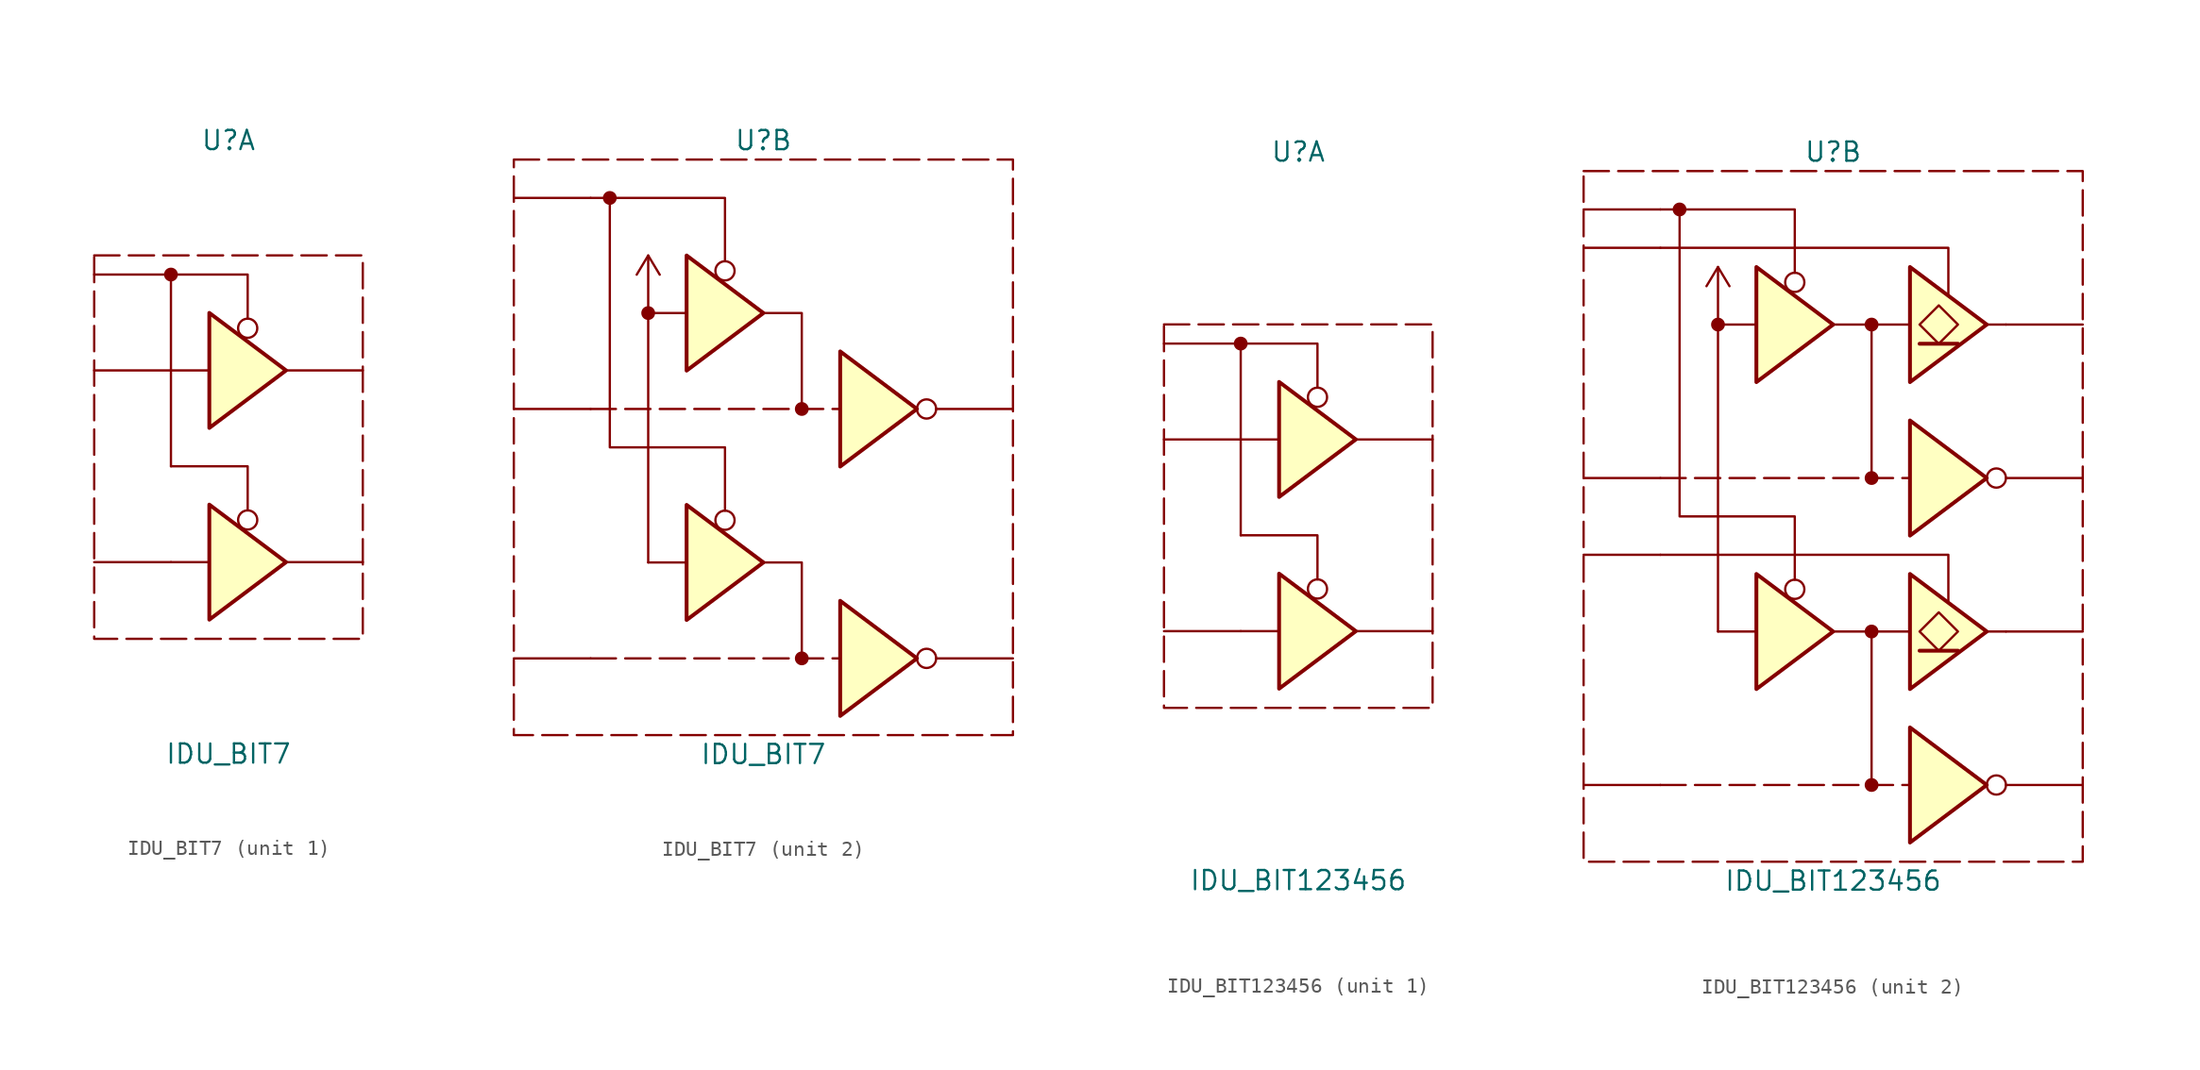
<source format=kicad_sym>
(kicad_symbol_lib
  (version 20231120)
  (generator "kicad_symbol_editor")
  (generator_version "8.0")
  (symbol "IDU_BIT7"
    (pin_numbers hide)
    (pin_names
      (offset 0) hide)
    (property "Reference" "U"
      (at 0 20.32 0)
      (effects (font (size 1.27 1.27))))
    (property "Value" "IDU_BIT7"
      (at 0 -20.32 0)
      (effects (font (size 1.27 1.27))))
    (property "ki_locked" ""
      (at 0 0 0)
      (effects (font (size 1.27 1.27))))
    (symbol "IDU_BIT7_1_0"
      (polyline (pts (xy -1.27 -3.81) (xy -1.27 -11.43) (xy 3.81 -7.62) (xy -1.27 -3.81)) (stroke (width 0.254) (type default)) (fill (type background)))
      (polyline (pts (xy -1.27 8.89) (xy -1.27 1.27) (xy 3.81 5.08) (xy -1.27 8.89)) (stroke (width 0.254) (type default)) (fill (type background))))
    (symbol "IDU_BIT7_1_1"
      (rectangle (start -8.89 12.7) (end 8.89 -12.7) (stroke (width 0) (type dash)) (fill (type none)))
      (circle (center -3.81 11.43) (radius 0.381) (stroke (width 0) (type default)) (fill (type outline)))
      (polyline (pts (xy -3.81 -1.27) (xy -3.81 11.43)) (stroke (width 0) (type default)) (fill (type none)))
      (polyline (pts (xy -1.27 -7.62) (xy -3.81 -7.62)) (stroke (width 0) (type default)) (fill (type none)))
      (polyline (pts (xy -1.27 5.08) (xy -3.81 5.08)) (stroke (width 0) (type default)) (fill (type none)))
      (polyline (pts (xy 1.27 -4.191) (xy 1.27 -1.27) (xy -3.81 -1.27)) (stroke (width 0) (type default)) (fill (type none)))
      (polyline (pts (xy 1.27 8.509) (xy 1.27 11.43) (xy -3.81 11.43)) (stroke (width 0) (type default)) (fill (type none)))
      (circle (center 1.27 -4.826) (radius 0.635) (stroke (width 0) (type default)) (fill (type none)))
      (circle (center 1.27 7.874) (radius 0.635) (stroke (width 0) (type default)) (fill (type none)))
      (pin input line (at -8.89 5.08 0) (length 5.08) (name "BUF_A_IN" (effects (font (size 1.27 1.27)))) (number "" (effects (font (size 1.27 1.27)))))
      (pin tri_state line (at 8.89 5.08 180) (length 5.08) (name "BUF_A_Y" (effects (font (size 1.27 1.27)))) (number "" (effects (font (size 1.27 1.27)))))
      (pin input line (at -8.89 -7.62 0) (length 5.08) (name "BUF_B_IN" (effects (font (size 1.27 1.27)))) (number "" (effects (font (size 1.27 1.27)))))
      (pin tri_state line (at 8.89 -7.62 180) (length 5.08) (name "BUF_B_Y" (effects (font (size 1.27 1.27)))) (number "" (effects (font (size 1.27 1.27)))))
      (pin input line (at -8.89 11.43 0) (length 5.08) (name "BUF_~{ENA}" (effects (font (size 1.27 1.27)))) (number "" (effects (font (size 1.27 1.27))))))
    (symbol "IDU_BIT7_2_0"
      (polyline (pts (xy -5.08 -3.81) (xy -5.08 -11.43) (xy 0 -7.62) (xy -5.08 -3.81)) (stroke (width 0.254) (type default)) (fill (type background)))
      (polyline (pts (xy -5.08 12.7) (xy -5.08 5.08) (xy 0 8.89) (xy -5.08 12.7)) (stroke (width 0.254) (type default)) (fill (type background)))
      (polyline (pts (xy 5.08 -10.16) (xy 5.08 -17.78) (xy 10.16 -13.97) (xy 5.08 -10.16)) (stroke (width 0.254) (type default)) (fill (type background)))
      (polyline (pts (xy 5.08 6.35) (xy 5.08 -1.27) (xy 10.16 2.54) (xy 5.08 6.35)) (stroke (width 0.254) (type default)) (fill (type background))))
    (symbol "IDU_BIT7_2_1"
      (rectangle (start -16.51 19.05) (end 16.51 -19.05) (stroke (width 0) (type dash)) (fill (type none)))
      (circle (center -10.16 16.51) (radius 0.381) (stroke (width 0) (type default)) (fill (type outline)))
      (circle (center -7.62 8.89) (radius 0.381) (stroke (width 0) (type default)) (fill (type outline)))
      (circle (center -2.54 -4.826) (radius 0.635) (stroke (width 0) (type default)) (fill (type none)))
      (circle (center -2.54 11.684) (radius 0.635) (stroke (width 0) (type default)) (fill (type none)))
      (polyline (pts (xy -11.43 -13.97) (xy 5.08 -13.97)) (stroke (width 0) (type default)) (fill (type none)))
      (polyline (pts (xy -11.43 2.54) (xy 5.08 2.54)) (stroke (width 0) (type default)) (fill (type none)))
      (polyline (pts (xy -7.62 -7.62) (xy -7.62 8.89)) (stroke (width 0) (type default)) (fill (type none)))
      (polyline (pts (xy -7.62 8.89) (xy -7.62 12.7)) (stroke (width 0) (type default)) (fill (type none)))
      (polyline (pts (xy -5.08 -7.62) (xy -7.62 -7.62)) (stroke (width 0) (type default)) (fill (type none)))
      (polyline (pts (xy -5.08 8.89) (xy -7.62 8.89)) (stroke (width 0) (type default)) (fill (type none)))
      (polyline (pts (xy -8.382 11.43) (xy -7.62 12.7) (xy -6.858 11.43)) (stroke (width 0) (type default)) (fill (type none)))
      (polyline (pts (xy -2.54 12.319) (xy -2.54 16.51) (xy -11.43 16.51)) (stroke (width 0) (type default)) (fill (type none)))
      (polyline (pts (xy 2.54 -13.97) (xy 2.54 -7.62) (xy 0 -7.62)) (stroke (width 0) (type default)) (fill (type none)))
      (polyline (pts (xy 2.54 2.54) (xy 2.54 8.89) (xy 0 8.89)) (stroke (width 0) (type default)) (fill (type none)))
      (polyline (pts (xy -2.54 -4.191) (xy -2.54 0) (xy -10.16 0) (xy -10.16 16.51)) (stroke (width 0) (type default)) (fill (type none)))
      (circle (center 2.54 -13.97) (radius 0.381) (stroke (width 0) (type default)) (fill (type outline)))
      (circle (center 2.54 2.54) (radius 0.381) (stroke (width 0) (type default)) (fill (type outline)))
      (circle (center 10.795 -13.97) (radius 0.635) (stroke (width 0) (type default)) (fill (type none)))
      (circle (center 10.795 2.54) (radius 0.635) (stroke (width 0) (type default)) (fill (type none)))
      (pin bidirectional line (at -16.51 2.54 0) (length 5.08) (name "NOT_A_IN" (effects (font (size 1.27 1.27)))) (number "" (effects (font (size 1.27 1.27)))))
      (pin output line (at 16.51 2.54 180) (length 5.08) (name "NOT_A_Y" (effects (font (size 1.27 1.27)))) (number "" (effects (font (size 1.27 1.27)))))
      (pin bidirectional line (at -16.51 -13.97 0) (length 5.08) (name "NOT_B_IN" (effects (font (size 1.27 1.27)))) (number "" (effects (font (size 1.27 1.27)))))
      (pin output line (at 16.51 -13.97 180) (length 5.08) (name "NOT_B_Y" (effects (font (size 1.27 1.27)))) (number "" (effects (font (size 1.27 1.27)))))
      (pin input line (at -16.51 16.51 0) (length 5.08) (name "~{PCH}" (effects (font (size 1.27 1.27)))) (number "" (effects (font (size 1.27 1.27)))))))
  (symbol "IDU_BIT123456"
    (pin_numbers hide)
    (pin_names
      (offset 0) hide)
    (property "Reference" "U"
      (at 0 24.13 0)
      (effects (font (size 1.27 1.27))))
    (property "Value" "IDU_BIT123456"
      (at 0 -24.13 0)
      (effects (font (size 1.27 1.27))))
    (property "ki_locked" ""
      (at 0 0 0)
      (effects (font (size 1.27 1.27))))
    (symbol "IDU_BIT123456_1_0"
      (polyline (pts (xy -1.27 -3.81) (xy -1.27 -11.43) (xy 3.81 -7.62) (xy -1.27 -3.81)) (stroke (width 0.254) (type default)) (fill (type background)))
      (polyline (pts (xy -1.27 8.89) (xy -1.27 1.27) (xy 3.81 5.08) (xy -1.27 8.89)) (stroke (width 0.254) (type default)) (fill (type background))))
    (symbol "IDU_BIT123456_1_1"
      (rectangle (start -8.89 12.7) (end 8.89 -12.7) (stroke (width 0) (type dash)) (fill (type none)))
      (circle (center -3.81 11.43) (radius 0.381) (stroke (width 0) (type default)) (fill (type outline)))
      (polyline (pts (xy -3.81 -1.27) (xy -3.81 11.43)) (stroke (width 0) (type default)) (fill (type none)))
      (polyline (pts (xy -1.27 -7.62) (xy -3.81 -7.62)) (stroke (width 0) (type default)) (fill (type none)))
      (polyline (pts (xy -1.27 5.08) (xy -3.81 5.08)) (stroke (width 0) (type default)) (fill (type none)))
      (polyline (pts (xy 1.27 -4.191) (xy 1.27 -1.27) (xy -3.81 -1.27)) (stroke (width 0) (type default)) (fill (type none)))
      (polyline (pts (xy 1.27 8.509) (xy 1.27 11.43) (xy -3.81 11.43)) (stroke (width 0) (type default)) (fill (type none)))
      (circle (center 1.27 -4.826) (radius 0.635) (stroke (width 0) (type default)) (fill (type none)))
      (circle (center 1.27 7.874) (radius 0.635) (stroke (width 0) (type default)) (fill (type none)))
      (pin input line (at -8.89 5.08 0) (length 5.08) (name "BUF_A_IN" (effects (font (size 1.27 1.27)))) (number "" (effects (font (size 1.27 1.27)))))
      (pin tri_state line (at 8.89 5.08 180) (length 5.08) (name "BUF_A_Y" (effects (font (size 1.27 1.27)))) (number "" (effects (font (size 1.27 1.27)))))
      (pin input line (at -8.89 -7.62 0) (length 5.08) (name "BUF_B_IN" (effects (font (size 1.27 1.27)))) (number "" (effects (font (size 1.27 1.27)))))
      (pin tri_state line (at 8.89 -7.62 180) (length 5.08) (name "BUF_B_Y" (effects (font (size 1.27 1.27)))) (number "" (effects (font (size 1.27 1.27)))))
      (pin input line (at -8.89 11.43 0) (length 5.08) (name "BUF_~{ENA}" (effects (font (size 1.27 1.27)))) (number "" (effects (font (size 1.27 1.27))))))
    (symbol "IDU_BIT123456_2_0"
      (polyline (pts (xy -5.08 -3.81) (xy -5.08 -11.43) (xy 0 -7.62) (xy -5.08 -3.81)) (stroke (width 0.254) (type default)) (fill (type background)))
      (polyline (pts (xy -5.08 16.51) (xy -5.08 8.89) (xy 0 12.7) (xy -5.08 16.51)) (stroke (width 0.254) (type default)) (fill (type background)))
      (polyline (pts (xy 5.08 -13.97) (xy 5.08 -21.59) (xy 10.16 -17.78) (xy 5.08 -13.97)) (stroke (width 0.254) (type default)) (fill (type background)))
      (polyline (pts (xy 5.08 -3.81) (xy 5.08 -11.43) (xy 10.16 -7.62) (xy 5.08 -3.81)) (stroke (width 0.254) (type default)) (fill (type background)))
      (polyline (pts (xy 5.08 6.35) (xy 5.08 -1.27) (xy 10.16 2.54) (xy 5.08 6.35)) (stroke (width 0.254) (type default)) (fill (type background)))
      (polyline (pts (xy 5.08 16.51) (xy 5.08 8.89) (xy 10.16 12.7) (xy 5.08 16.51)) (stroke (width 0.254) (type default)) (fill (type background))))
    (symbol "IDU_BIT123456_2_1"
      (rectangle (start -16.51 22.86) (end 16.51 -22.86) (stroke (width 0) (type dash)) (fill (type none)))
      (circle (center -10.16 20.32) (radius 0.381) (stroke (width 0) (type default)) (fill (type outline)))
      (circle (center -7.62 12.7) (radius 0.381) (stroke (width 0) (type default)) (fill (type outline)))
      (circle (center -2.54 -4.826) (radius 0.635) (stroke (width 0) (type default)) (fill (type none)))
      (circle (center -2.54 15.494) (radius 0.635) (stroke (width 0) (type default)) (fill (type none)))
      (polyline (pts (xy -11.43 -17.78) (xy 5.08 -17.78)) (stroke (width 0) (type default)) (fill (type none)))
      (polyline (pts (xy -11.43 2.54) (xy 5.08 2.54)) (stroke (width 0) (type default)) (fill (type none)))
      (polyline (pts (xy -7.62 -7.62) (xy -7.62 12.7)) (stroke (width 0) (type default)) (fill (type none)))
      (polyline (pts (xy -7.62 12.7) (xy -7.62 16.51)) (stroke (width 0) (type default)) (fill (type none)))
      (polyline (pts (xy -5.08 -7.62) (xy -7.62 -7.62)) (stroke (width 0) (type default)) (fill (type none)))
      (polyline (pts (xy -5.08 12.7) (xy -7.62 12.7)) (stroke (width 0) (type default)) (fill (type none)))
      (polyline (pts (xy 0 -7.62) (xy 5.08 -7.62)) (stroke (width 0) (type default)) (fill (type none)))
      (polyline (pts (xy 0 12.7) (xy 5.08 12.7)) (stroke (width 0) (type default)) (fill (type none)))
      (polyline (pts (xy 2.54 -17.78) (xy 2.54 -7.62)) (stroke (width 0) (type default)) (fill (type none)))
      (polyline (pts (xy 2.54 2.54) (xy 2.54 12.7)) (stroke (width 0) (type default)) (fill (type none)))
      (polyline (pts (xy 5.715 -8.89) (xy 8.255 -8.89)) (stroke (width 0.254) (type default)) (fill (type none)))
      (polyline (pts (xy 5.715 11.43) (xy 8.255 11.43)) (stroke (width 0.254) (type default)) (fill (type none)))
      (polyline (pts (xy 10.16 -7.62) (xy 11.43 -7.62)) (stroke (width 0) (type default)) (fill (type none)))
      (polyline (pts (xy 10.16 12.7) (xy 11.43 12.7)) (stroke (width 0) (type default)) (fill (type none)))
      (polyline (pts (xy -8.382 15.24) (xy -7.62 16.51) (xy -6.858 15.24)) (stroke (width 0) (type default)) (fill (type none)))
      (polyline (pts (xy -2.54 16.129) (xy -2.54 20.32) (xy -11.43 20.32)) (stroke (width 0) (type default)) (fill (type none)))
      (polyline (pts (xy 7.62 -5.715) (xy 7.62 -2.54) (xy -11.43 -2.54)) (stroke (width 0) (type default)) (fill (type none)))
      (polyline (pts (xy 7.62 14.605) (xy 7.62 17.78) (xy -11.43 17.78)) (stroke (width 0) (type default)) (fill (type none)))
      (polyline (pts (xy -2.54 -4.191) (xy -2.54 0) (xy -10.16 0) (xy -10.16 20.32)) (stroke (width 0) (type default)) (fill (type none)))
      (polyline (pts (xy 8.255 -7.62) (xy 6.985 -6.35) (xy 5.715 -7.62) (xy 6.985 -8.89) (xy 8.255 -7.62)) (stroke (width 0) (type default)) (fill (type none)))
      (polyline (pts (xy 8.255 12.7) (xy 6.985 13.97) (xy 5.715 12.7) (xy 6.985 11.43) (xy 8.255 12.7)) (stroke (width 0) (type default)) (fill (type none)))
      (circle (center 2.54 -17.78) (radius 0.381) (stroke (width 0) (type default)) (fill (type outline)))
      (circle (center 2.54 -7.62) (radius 0.381) (stroke (width 0) (type default)) (fill (type outline)))
      (circle (center 2.54 2.54) (radius 0.381) (stroke (width 0) (type default)) (fill (type outline)))
      (circle (center 2.54 12.7) (radius 0.381) (stroke (width 0) (type default)) (fill (type outline)))
      (circle (center 10.795 -17.78) (radius 0.635) (stroke (width 0) (type default)) (fill (type none)))
      (circle (center 10.795 2.54) (radius 0.635) (stroke (width 0) (type default)) (fill (type none)))
      (pin input line (at -16.51 17.78 0) (length 5.08) (name "CHAIN_A_ENA" (effects (font (size 1.27 1.27)))) (number "" (effects (font (size 1.27 1.27)))))
      (pin bidirectional line (at -16.51 2.54 0) (length 5.08) (name "CHAIN_A_IN" (effects (font (size 1.27 1.27)))) (number "" (effects (font (size 1.27 1.27)))))
      (pin tri_state line (at 16.51 12.7 180) (length 5.08) (name "CHAIN_A_Y" (effects (font (size 1.27 1.27)))) (number "" (effects (font (size 1.27 1.27)))))
      (pin output line (at 16.51 2.54 180) (length 5.08) (name "CHAIN_A_~{Y}" (effects (font (size 1.27 1.27)))) (number "" (effects (font (size 1.27 1.27)))))
      (pin input line (at -16.51 -2.54 0) (length 5.08) (name "CHAIN_B_ENA" (effects (font (size 1.27 1.27)))) (number "" (effects (font (size 1.27 1.27)))))
      (pin bidirectional line (at -16.51 -17.78 0) (length 5.08) (name "CHAIN_B_IN" (effects (font (size 1.27 1.27)))) (number "" (effects (font (size 1.27 1.27)))))
      (pin tri_state line (at 16.51 -7.62 180) (length 5.08) (name "CHAIN_B_Y" (effects (font (size 1.27 1.27)))) (number "" (effects (font (size 1.27 1.27)))))
      (pin output line (at 16.51 -17.78 180) (length 5.08) (name "CHAIN_B_~{Y}" (effects (font (size 1.27 1.27)))) (number "" (effects (font (size 1.27 1.27)))))
      (pin input line (at -16.51 20.32 0) (length 5.08) (name "~{PCH}" (effects (font (size 1.27 1.27)))) (number "" (effects (font (size 1.27 1.27))))))))
</source>
